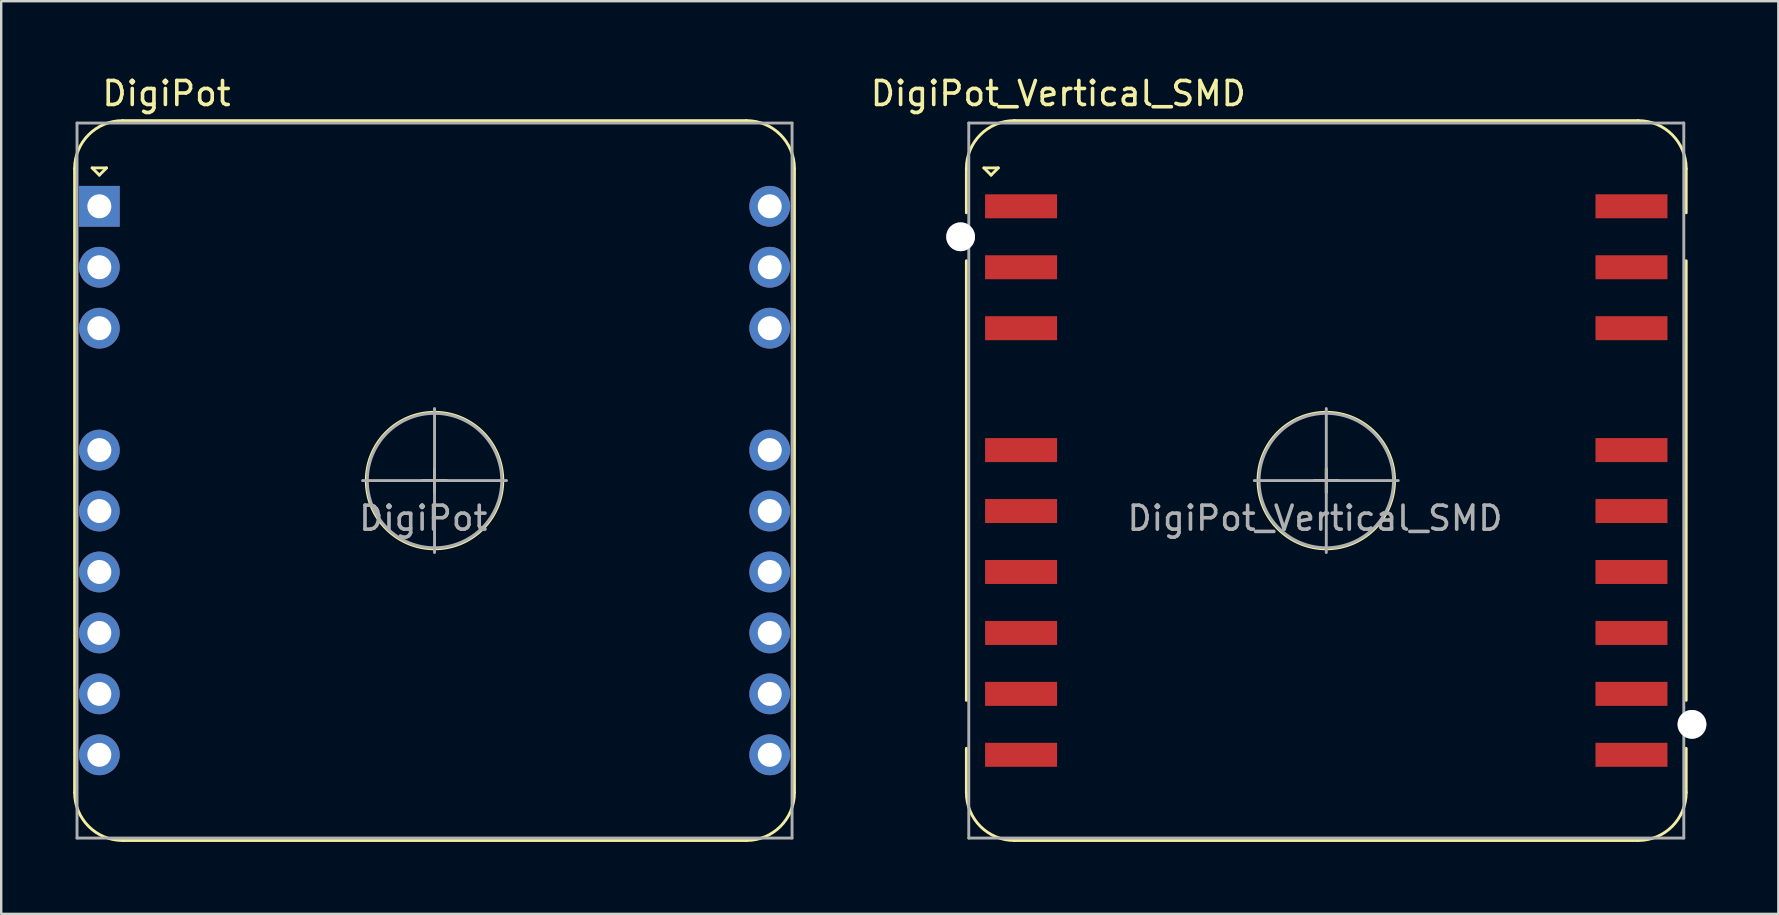
<source format=kicad_pcb>
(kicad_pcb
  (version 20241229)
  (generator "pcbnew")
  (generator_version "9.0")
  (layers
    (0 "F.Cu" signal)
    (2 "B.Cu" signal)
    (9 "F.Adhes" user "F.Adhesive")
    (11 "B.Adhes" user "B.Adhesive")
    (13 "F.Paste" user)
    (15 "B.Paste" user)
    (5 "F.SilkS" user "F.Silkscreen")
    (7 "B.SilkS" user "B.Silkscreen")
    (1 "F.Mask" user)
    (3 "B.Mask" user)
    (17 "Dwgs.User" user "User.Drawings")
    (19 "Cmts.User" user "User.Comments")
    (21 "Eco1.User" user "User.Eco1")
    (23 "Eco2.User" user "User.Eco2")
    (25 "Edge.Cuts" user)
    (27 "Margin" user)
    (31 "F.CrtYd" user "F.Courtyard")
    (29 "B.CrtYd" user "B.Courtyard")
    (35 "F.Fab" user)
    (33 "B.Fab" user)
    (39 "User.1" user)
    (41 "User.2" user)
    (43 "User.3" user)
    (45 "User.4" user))
  (footprint "DigiPot"
    (layer "F.Cu")
    (at 1.09 5.548)
    (property "Reference" "DigiPot" (at 2.8 -4.7 0) (layer "F.SilkS") (effects (font (size 1 1) (thickness 0.15))))
    (attr through_hole)
    (fp_line (start -1.03 24.43) (end -1.03 -1.57) (stroke (width 0.12) (type solid)) (layer "F.SilkS"))
    (fp_line (start -0.3 -1.6) (end 0.3 -1.6) (stroke (width 0.12) (type solid)) (layer "F.SilkS"))
    (fp_line (start 0 -1.3) (end -0.3 -1.6) (stroke (width 0.12) (type solid)) (layer "F.SilkS"))
    (fp_line (start 0.3 -1.6) (end 0 -1.3) (stroke (width 0.12) (type solid)) (layer "F.SilkS"))
    (fp_line (start 0.97 -3.57) (end 26.97 -3.57) (stroke (width 0.12) (type solid)) (layer "F.SilkS"))
    (fp_line (start 13.47 11.43) (end 14.47 11.43) (stroke (width 0.12) (type solid)) (layer "F.SilkS"))
    (fp_line (start 13.97 10.93) (end 13.97 11.93) (stroke (width 0.12) (type solid)) (layer "F.SilkS"))
    (fp_line (start 26.97 26.43) (end 0.97 26.43) (stroke (width 0.12) (type solid)) (layer "F.SilkS"))
    (fp_line (start 28.97 -1.57) (end 28.97 24.43) (stroke (width 0.12) (type solid)) (layer "F.SilkS"))
    (fp_arc (start -1.03 -1.57) (mid -0.444214 -2.984214) (end 0.97 -3.57) (stroke (width 0.12) (type solid)) (layer "F.SilkS"))
    (fp_arc (start 0.97 26.43) (mid -0.444214 25.844214) (end -1.03 24.43) (stroke (width 0.12) (type solid)) (layer "F.SilkS"))
    (fp_arc (start 26.97 -3.57) (mid 28.384214 -2.984214) (end 28.97 -1.57) (stroke (width 0.12) (type solid)) (layer "F.SilkS"))
    (fp_arc (start 28.97 24.43) (mid 28.384214 25.844214) (end 26.97 26.43) (stroke (width 0.12) (type solid)) (layer "F.SilkS"))
    (fp_circle (center 13.97 11.43) (end 15.25 8.89) (stroke (width 0.12) (type solid)) (fill no) (layer "F.SilkS"))
    (fp_line (start -0.93 -3.47) (end 28.87 -3.47) (stroke (width 0.12) (type solid)) (layer "F.Fab"))
    (fp_line (start -0.93 26.33) (end -0.93 -3.47) (stroke (width 0.12) (type solid)) (layer "F.Fab"))
    (fp_line (start 10.97 11.43) (end 16.97 11.43) (stroke (width 0.12) (type solid)) (layer "F.Fab"))
    (fp_line (start 13.97 8.43) (end 13.97 14.43) (stroke (width 0.12) (type solid)) (layer "F.Fab"))
    (fp_line (start 28.87 -3.47) (end 28.87 26.33) (stroke (width 0.12) (type solid)) (layer "F.Fab"))
    (fp_line (start 28.87 26.33) (end -0.93 26.33) (stroke (width 0.12) (type solid)) (layer "F.Fab"))
    (fp_circle (center 13.97 11.43) (end 15.15 8.89) (stroke (width 0.12) (type solid)) (fill no) (layer "F.Fab"))
    (fp_text user "${REFERENCE}" (at 13.5 13 0) (layer "F.Fab") (effects (font (size 1 1) (thickness 0.15))))
    (pad "1" thru_hole rect (at 0 0) (size 1.7 1.7) (drill 1) (layers "*.Cu" "*.Mask"))
    (pad "2" thru_hole oval (at 0 2.54) (size 1.7 1.7) (drill 1) (layers "*.Cu" "*.Mask"))
    (pad "3" thru_hole oval (at 0 5.08) (size 1.7 1.7) (drill 1) (layers "*.Cu" "*.Mask"))
    (pad "5" thru_hole oval (at 0 10.16) (size 1.7 1.7) (drill 1) (layers "*.Cu" "*.Mask"))
    (pad "6" thru_hole oval (at 0 12.7) (size 1.7 1.7) (drill 1) (layers "*.Cu" "*.Mask"))
    (pad "7" thru_hole oval (at 0 15.24) (size 1.7 1.7) (drill 1) (layers "*.Cu" "*.Mask"))
    (pad "8" thru_hole oval (at 0 17.78) (size 1.7 1.7) (drill 1) (layers "*.Cu" "*.Mask"))
    (pad "9" thru_hole oval (at 0 20.32) (size 1.7 1.7) (drill 1) (layers "*.Cu" "*.Mask"))
    (pad "10" thru_hole oval (at 0 22.86) (size 1.7 1.7) (drill 1) (layers "*.Cu" "*.Mask"))
    (pad "11" thru_hole oval (at 27.94 22.86) (size 1.7 1.7) (drill 1) (layers "*.Cu" "*.Mask"))
    (pad "12" thru_hole oval (at 27.94 20.32) (size 1.7 1.7) (drill 1) (layers "*.Cu" "*.Mask"))
    (pad "13" thru_hole oval (at 27.94 17.78) (size 1.7 1.7) (drill 1) (layers "*.Cu" "*.Mask"))
    (pad "14" thru_hole oval (at 27.94 15.24) (size 1.7 1.7) (drill 1) (layers "*.Cu" "*.Mask"))
    (pad "15" thru_hole oval (at 27.94 12.7) (size 1.7 1.7) (drill 1) (layers "*.Cu" "*.Mask"))
    (pad "16" thru_hole oval (at 27.94 10.16) (size 1.7 1.7) (drill 1) (layers "*.Cu" "*.Mask"))
    (pad "18" thru_hole oval (at 27.94 5.08) (size 1.7 1.7) (drill 1) (layers "*.Cu" "*.Mask"))
    (pad "19" thru_hole oval (at 27.94 2.54) (size 1.7 1.7) (drill 1) (layers "*.Cu" "*.Mask"))
    (pad "20" thru_hole oval (at 27.94 0) (size 1.7 1.7) (drill 1) (layers "*.Cu" "*.Mask")))
  (footprint "DigiPot_Vertical_SMD"
    (layer "F.Cu")
    (at 38.255 5.548)
    (property "Reference" "DigiPot_Vertical_SMD" (at 2.8 -4.7 0) (layer "F.SilkS") (effects (font (size 1 1) (thickness 0.15))))
    (attr through_hole)
    (fp_line (start -1.03 0.27) (end -1.03 -1.57) (stroke (width 0.12) (type solid)) (layer "F.SilkS"))
    (fp_line (start -1.03 20.59) (end -1.03 2.27) (stroke (width 0.12) (type solid)) (layer "F.SilkS"))
    (fp_line (start -1.03 24.43) (end -1.03 22.59) (stroke (width 0.12) (type solid)) (layer "F.SilkS"))
    (fp_line (start -0.3 -1.6) (end 0.3 -1.6) (stroke (width 0.12) (type solid)) (layer "F.SilkS"))
    (fp_line (start 0 -1.3) (end -0.3 -1.6) (stroke (width 0.12) (type solid)) (layer "F.SilkS"))
    (fp_line (start 0.3 -1.6) (end 0 -1.3) (stroke (width 0.12) (type solid)) (layer "F.SilkS"))
    (fp_line (start 0.97 -3.57) (end 26.97 -3.57) (stroke (width 0.12) (type solid)) (layer "F.SilkS"))
    (fp_line (start 13.47 11.43) (end 14.47 11.43) (stroke (width 0.12) (type solid)) (layer "F.SilkS"))
    (fp_line (start 13.97 10.93) (end 13.97 11.93) (stroke (width 0.12) (type solid)) (layer "F.SilkS"))
    (fp_line (start 26.97 26.43) (end 0.97 26.43) (stroke (width 0.12) (type solid)) (layer "F.SilkS"))
    (fp_line (start 28.97 0.27) (end 28.97 -1.57) (stroke (width 0.12) (type solid)) (layer "F.SilkS"))
    (fp_line (start 28.97 20.59) (end 28.97 2.27) (stroke (width 0.12) (type solid)) (layer "F.SilkS"))
    (fp_line (start 28.97 24.43) (end 28.97 22.59) (stroke (width 0.12) (type solid)) (layer "F.SilkS"))
    (fp_arc (start -1.03 -1.57) (mid -0.444214 -2.984214) (end 0.97 -3.57) (stroke (width 0.12) (type solid)) (layer "F.SilkS"))
    (fp_arc (start 0.97 26.43) (mid -0.444214 25.844214) (end -1.03 24.43) (stroke (width 0.12) (type solid)) (layer "F.SilkS"))
    (fp_arc (start 26.97 -3.57) (mid 28.384214 -2.984214) (end 28.97 -1.57) (stroke (width 0.12) (type solid)) (layer "F.SilkS"))
    (fp_arc (start 28.97 24.43) (mid 28.384214 25.844214) (end 26.97 26.43) (stroke (width 0.12) (type solid)) (layer "F.SilkS"))
    (fp_circle (center 13.97 11.43) (end 15.25 8.89) (stroke (width 0.12) (type solid)) (fill no) (layer "F.SilkS"))
    (fp_line (start -0.93 -3.47) (end 28.87 -3.47) (stroke (width 0.12) (type solid)) (layer "F.Fab"))
    (fp_line (start -0.93 26.33) (end -0.93 -3.47) (stroke (width 0.12) (type solid)) (layer "F.Fab"))
    (fp_line (start 10.97 11.43) (end 16.97 11.43) (stroke (width 0.12) (type solid)) (layer "F.Fab"))
    (fp_line (start 13.97 8.43) (end 13.97 14.43) (stroke (width 0.12) (type solid)) (layer "F.Fab"))
    (fp_line (start 28.87 -3.47) (end 28.87 26.33) (stroke (width 0.12) (type solid)) (layer "F.Fab"))
    (fp_line (start 28.87 26.33) (end -0.93 26.33) (stroke (width 0.12) (type solid)) (layer "F.Fab"))
    (fp_circle (center 13.97 11.43) (end 15.15 8.89) (stroke (width 0.12) (type solid)) (fill no) (layer "F.Fab"))
    (fp_text user "${REFERENCE}" (at 13.5 13 0) (layer "F.Fab") (effects (font (size 1 1) (thickness 0.15))))
    (pad "" thru_hole oval (at -1.27 1.27) (size 1.2 1.2) (drill 1.2) (layers "*.Cu" "*.Mask"))
    (pad "" thru_hole oval (at 29.21 21.59) (size 1.2 1.2) (drill 1.2) (layers "*.Cu" "*.Mask"))
    (pad "1" smd rect (at 1.25 0) (size 3 1) (layers "F.Cu" "F.Mask" "F.Paste"))
    (pad "2" smd rect (at 1.25 2.54) (size 3 1) (layers "F.Cu" "F.Mask" "F.Paste"))
    (pad "3" smd rect (at 1.25 5.08) (size 3 1) (layers "F.Cu" "F.Mask" "F.Paste"))
    (pad "5" smd rect (at 1.25 10.16) (size 3 1) (layers "F.Cu" "F.Mask" "F.Paste"))
    (pad "6" smd rect (at 1.25 12.7) (size 3 1) (layers "F.Cu" "F.Mask" "F.Paste"))
    (pad "7" smd rect (at 1.25 15.24) (size 3 1) (layers "F.Cu" "F.Mask" "F.Paste"))
    (pad "8" smd rect (at 1.25 17.78) (size 3 1) (layers "F.Cu" "F.Mask" "F.Paste"))
    (pad "9" smd rect (at 1.25 20.32) (size 3 1) (layers "F.Cu" "F.Mask" "F.Paste"))
    (pad "10" smd rect (at 1.25 22.86) (size 3 1) (layers "F.Cu" "F.Mask" "F.Paste"))
    (pad "11" smd rect (at 26.69 22.86) (size 3 1) (layers "F.Cu" "F.Mask" "F.Paste"))
    (pad "12" smd rect (at 26.69 20.32) (size 3 1) (layers "F.Cu" "F.Mask" "F.Paste"))
    (pad "13" smd rect (at 26.69 17.78) (size 3 1) (layers "F.Cu" "F.Mask" "F.Paste"))
    (pad "14" smd rect (at 26.69 15.24) (size 3 1) (layers "F.Cu" "F.Mask" "F.Paste"))
    (pad "15" smd rect (at 26.69 12.7) (size 3 1) (layers "F.Cu" "F.Mask" "F.Paste"))
    (pad "16" smd rect (at 26.69 10.16) (size 3 1) (layers "F.Cu" "F.Mask" "F.Paste"))
    (pad "18" smd rect (at 26.69 5.08) (size 3 1) (layers "F.Cu" "F.Mask" "F.Paste"))
    (pad "19" smd rect (at 26.69 2.54) (size 3 1) (layers "F.Cu" "F.Mask" "F.Paste"))
    (pad "20" smd rect (at 26.69 0) (size 3 1) (layers "F.Cu" "F.Mask" "F.Paste")))
  (gr_rect
    (start -3 -3)
    (end 71.065 35.038)
    (stroke (width 0.1) (type default))
    (fill no)
    (layer "Edge.Cuts")))
</source>
